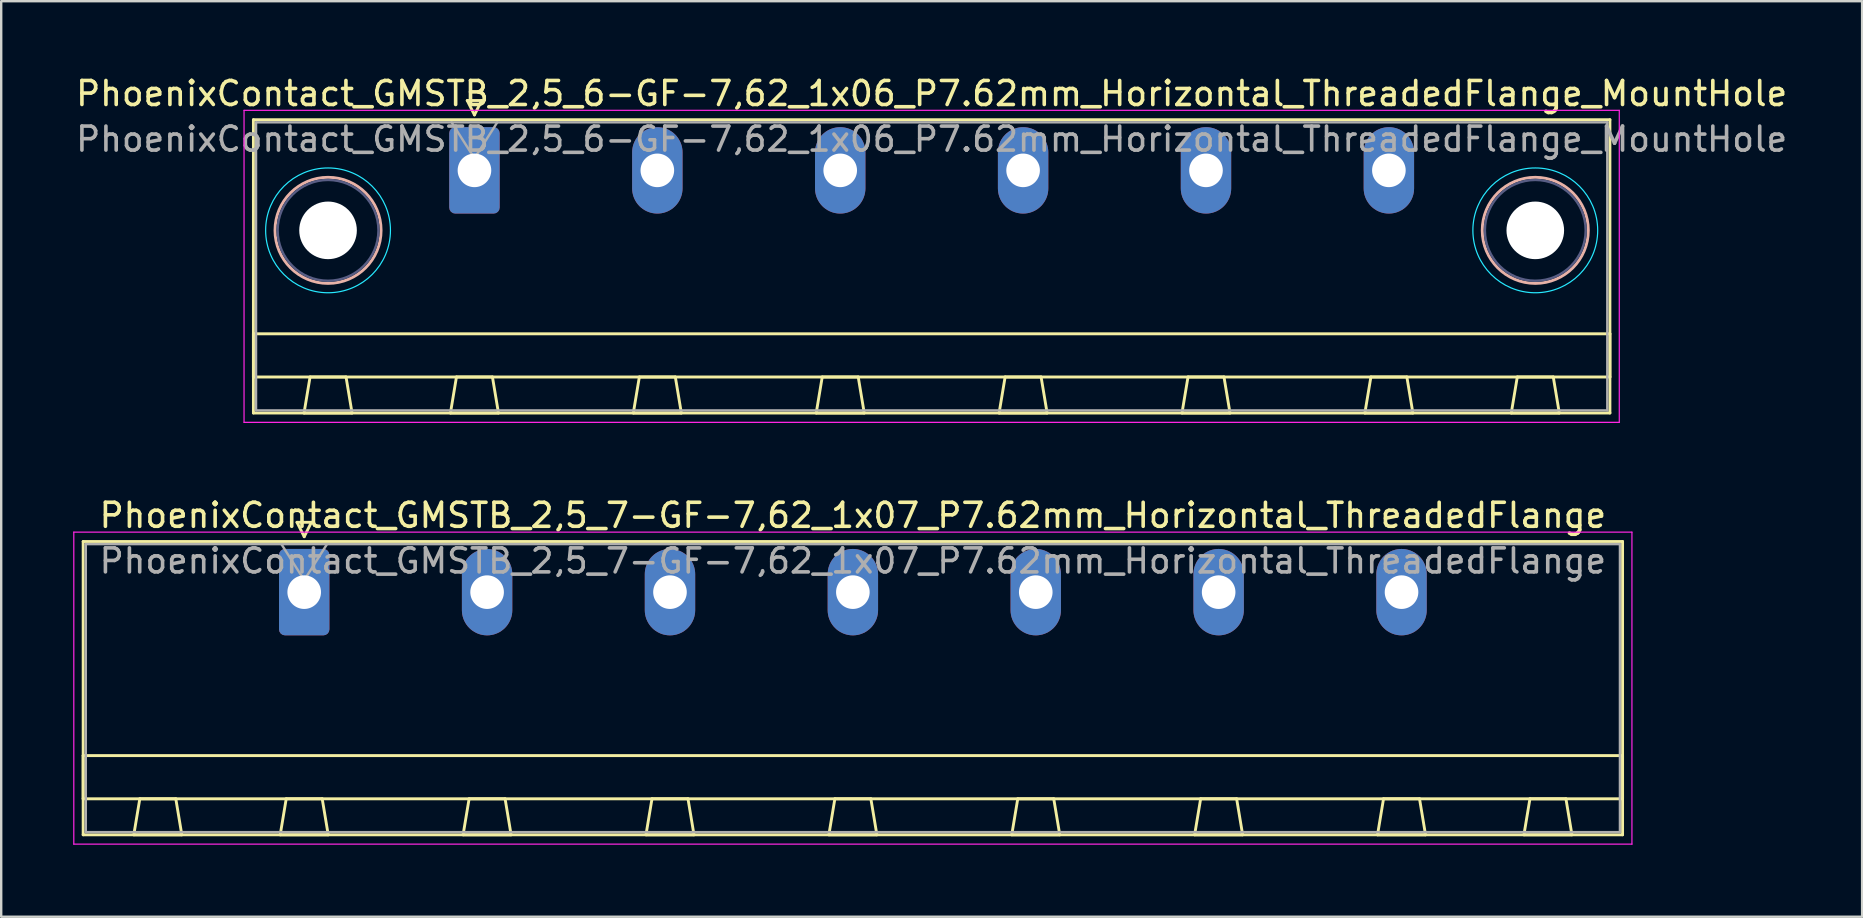
<source format=kicad_pcb>
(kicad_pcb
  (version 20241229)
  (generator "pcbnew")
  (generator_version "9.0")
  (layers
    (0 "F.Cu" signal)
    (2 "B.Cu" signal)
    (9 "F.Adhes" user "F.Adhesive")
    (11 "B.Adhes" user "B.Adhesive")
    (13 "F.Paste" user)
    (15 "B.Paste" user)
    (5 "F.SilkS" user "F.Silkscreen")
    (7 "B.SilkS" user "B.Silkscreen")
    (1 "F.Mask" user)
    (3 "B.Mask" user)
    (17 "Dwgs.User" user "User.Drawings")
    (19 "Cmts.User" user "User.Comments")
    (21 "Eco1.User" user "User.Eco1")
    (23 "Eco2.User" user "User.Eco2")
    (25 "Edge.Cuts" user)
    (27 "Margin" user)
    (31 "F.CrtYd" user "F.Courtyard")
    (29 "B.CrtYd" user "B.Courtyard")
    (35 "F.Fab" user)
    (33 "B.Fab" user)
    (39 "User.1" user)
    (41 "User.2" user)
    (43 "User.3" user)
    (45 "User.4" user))
  (footprint "PhoenixContact_GMSTB_2,5_7-GF-7,62_1x07_P7.62mm_Horizontal_ThreadedFlange"
    (layer "F.Cu")
    (at 9.625 21.622)
    (property "Reference" "PhoenixContact_GMSTB_2,5_7-GF-7,62_1x07_P7.62mm_Horizontal_ThreadedFlange" (at 22.86 -3.2 0) (layer "F.SilkS") (effects (font (size 1 1) (thickness 0.15))))
    (attr through_hole)
    (fp_line (start -9.21 -2.11) (end -9.21 10.11) (stroke (width 0.12) (type solid)) (layer "F.SilkS"))
    (fp_line (start -9.21 6.81) (end 54.93 6.81) (stroke (width 0.12) (type solid)) (layer "F.SilkS"))
    (fp_line (start -9.21 8.61) (end -9.21 6.81) (stroke (width 0.12) (type solid)) (layer "F.SilkS"))
    (fp_line (start -9.21 10.11) (end 54.93 10.11) (stroke (width 0.12) (type solid)) (layer "F.SilkS"))
    (fp_line (start -7.1 10.11) (end -5.1 10.11) (stroke (width 0.12) (type solid)) (layer "F.SilkS"))
    (fp_line (start -6.85 8.61) (end -7.1 10.11) (stroke (width 0.12) (type solid)) (layer "F.SilkS"))
    (fp_line (start -5.35 8.61) (end -6.85 8.61) (stroke (width 0.12) (type solid)) (layer "F.SilkS"))
    (fp_line (start -5.1 10.11) (end -5.35 8.61) (stroke (width 0.12) (type solid)) (layer "F.SilkS"))
    (fp_line (start -1 10.11) (end 1 10.11) (stroke (width 0.12) (type solid)) (layer "F.SilkS"))
    (fp_line (start -0.75 8.61) (end -1 10.11) (stroke (width 0.12) (type solid)) (layer "F.SilkS"))
    (fp_line (start -0.3 -2.91) (end 0.3 -2.91) (stroke (width 0.12) (type solid)) (layer "F.SilkS"))
    (fp_line (start 0 -2.31) (end -0.3 -2.91) (stroke (width 0.12) (type solid)) (layer "F.SilkS"))
    (fp_line (start 0.3 -2.91) (end 0 -2.31) (stroke (width 0.12) (type solid)) (layer "F.SilkS"))
    (fp_line (start 0.75 8.61) (end -0.75 8.61) (stroke (width 0.12) (type solid)) (layer "F.SilkS"))
    (fp_line (start 1 10.11) (end 0.75 8.61) (stroke (width 0.12) (type solid)) (layer "F.SilkS"))
    (fp_line (start 6.62 10.11) (end 8.62 10.11) (stroke (width 0.12) (type solid)) (layer "F.SilkS"))
    (fp_line (start 6.87 8.61) (end 6.62 10.11) (stroke (width 0.12) (type solid)) (layer "F.SilkS"))
    (fp_line (start 8.37 8.61) (end 6.87 8.61) (stroke (width 0.12) (type solid)) (layer "F.SilkS"))
    (fp_line (start 8.62 10.11) (end 8.37 8.61) (stroke (width 0.12) (type solid)) (layer "F.SilkS"))
    (fp_line (start 14.24 10.11) (end 16.24 10.11) (stroke (width 0.12) (type solid)) (layer "F.SilkS"))
    (fp_line (start 14.49 8.61) (end 14.24 10.11) (stroke (width 0.12) (type solid)) (layer "F.SilkS"))
    (fp_line (start 15.99 8.61) (end 14.49 8.61) (stroke (width 0.12) (type solid)) (layer "F.SilkS"))
    (fp_line (start 16.24 10.11) (end 15.99 8.61) (stroke (width 0.12) (type solid)) (layer "F.SilkS"))
    (fp_line (start 21.86 10.11) (end 23.86 10.11) (stroke (width 0.12) (type solid)) (layer "F.SilkS"))
    (fp_line (start 22.11 8.61) (end 21.86 10.11) (stroke (width 0.12) (type solid)) (layer "F.SilkS"))
    (fp_line (start 23.61 8.61) (end 22.11 8.61) (stroke (width 0.12) (type solid)) (layer "F.SilkS"))
    (fp_line (start 23.86 10.11) (end 23.61 8.61) (stroke (width 0.12) (type solid)) (layer "F.SilkS"))
    (fp_line (start 29.48 10.11) (end 31.48 10.11) (stroke (width 0.12) (type solid)) (layer "F.SilkS"))
    (fp_line (start 29.73 8.61) (end 29.48 10.11) (stroke (width 0.12) (type solid)) (layer "F.SilkS"))
    (fp_line (start 31.23 8.61) (end 29.73 8.61) (stroke (width 0.12) (type solid)) (layer "F.SilkS"))
    (fp_line (start 31.48 10.11) (end 31.23 8.61) (stroke (width 0.12) (type solid)) (layer "F.SilkS"))
    (fp_line (start 37.1 10.11) (end 39.1 10.11) (stroke (width 0.12) (type solid)) (layer "F.SilkS"))
    (fp_line (start 37.35 8.61) (end 37.1 10.11) (stroke (width 0.12) (type solid)) (layer "F.SilkS"))
    (fp_line (start 38.85 8.61) (end 37.35 8.61) (stroke (width 0.12) (type solid)) (layer "F.SilkS"))
    (fp_line (start 39.1 10.11) (end 38.85 8.61) (stroke (width 0.12) (type solid)) (layer "F.SilkS"))
    (fp_line (start 44.72 10.11) (end 46.72 10.11) (stroke (width 0.12) (type solid)) (layer "F.SilkS"))
    (fp_line (start 44.97 8.61) (end 44.72 10.11) (stroke (width 0.12) (type solid)) (layer "F.SilkS"))
    (fp_line (start 46.47 8.61) (end 44.97 8.61) (stroke (width 0.12) (type solid)) (layer "F.SilkS"))
    (fp_line (start 46.72 10.11) (end 46.47 8.61) (stroke (width 0.12) (type solid)) (layer "F.SilkS"))
    (fp_line (start 50.82 10.11) (end 52.82 10.11) (stroke (width 0.12) (type solid)) (layer "F.SilkS"))
    (fp_line (start 51.07 8.61) (end 50.82 10.11) (stroke (width 0.12) (type solid)) (layer "F.SilkS"))
    (fp_line (start 52.57 8.61) (end 51.07 8.61) (stroke (width 0.12) (type solid)) (layer "F.SilkS"))
    (fp_line (start 52.82 10.11) (end 52.57 8.61) (stroke (width 0.12) (type solid)) (layer "F.SilkS"))
    (fp_line (start 54.93 -2.11) (end -9.21 -2.11) (stroke (width 0.12) (type solid)) (layer "F.SilkS"))
    (fp_line (start 54.93 6.81) (end 54.93 8.61) (stroke (width 0.12) (type solid)) (layer "F.SilkS"))
    (fp_line (start 54.93 8.61) (end -9.21 8.61) (stroke (width 0.12) (type solid)) (layer "F.SilkS"))
    (fp_line (start 54.93 10.11) (end 54.93 -2.11) (stroke (width 0.12) (type solid)) (layer "F.SilkS"))
    (fp_line (start -9.6 -2.5) (end -9.6 10.5) (stroke (width 0.05) (type solid)) (layer "F.CrtYd"))
    (fp_line (start -9.6 10.5) (end 55.32 10.5) (stroke (width 0.05) (type solid)) (layer "F.CrtYd"))
    (fp_line (start 55.32 -2.5) (end -9.6 -2.5) (stroke (width 0.05) (type solid)) (layer "F.CrtYd"))
    (fp_line (start 55.32 10.5) (end 55.32 -2.5) (stroke (width 0.05) (type solid)) (layer "F.CrtYd"))
    (fp_line (start -9.1 -2) (end -9.1 10) (stroke (width 0.1) (type solid)) (layer "F.Fab"))
    (fp_line (start -9.1 10) (end 54.82 10) (stroke (width 0.1) (type solid)) (layer "F.Fab"))
    (fp_line (start 0 -0.5) (end -0.95 -2) (stroke (width 0.1) (type solid)) (layer "F.Fab"))
    (fp_line (start 0.95 -2) (end 0 -0.5) (stroke (width 0.1) (type solid)) (layer "F.Fab"))
    (fp_line (start 54.82 -2) (end -9.1 -2) (stroke (width 0.1) (type solid)) (layer "F.Fab"))
    (fp_line (start 54.82 10) (end 54.82 -2) (stroke (width 0.1) (type solid)) (layer "F.Fab"))
    (fp_text user "${REFERENCE}" (at 22.86 -1.3 0) (layer "F.Fab") (effects (font (size 1 1) (thickness 0.15))))
    (pad "1" thru_hole roundrect (at 0 0) (size 2.1 3.6) (drill 1.4) (layers "*.Cu" "*.Mask") (roundrect_rratio 0.119))
    (pad "2" thru_hole oval (at 7.62 0) (size 2.1 3.6) (drill 1.4) (layers "*.Cu" "*.Mask"))
    (pad "3" thru_hole oval (at 15.24 0) (size 2.1 3.6) (drill 1.4) (layers "*.Cu" "*.Mask"))
    (pad "4" thru_hole oval (at 22.86 0) (size 2.1 3.6) (drill 1.4) (layers "*.Cu" "*.Mask"))
    (pad "5" thru_hole oval (at 30.48 0) (size 2.1 3.6) (drill 1.4) (layers "*.Cu" "*.Mask"))
    (pad "6" thru_hole oval (at 38.1 0) (size 2.1 3.6) (drill 1.4) (layers "*.Cu" "*.Mask"))
    (pad "7" thru_hole oval (at 45.72 0) (size 2.1 3.6) (drill 1.4) (layers "*.Cu" "*.Mask")))
  (footprint "PhoenixContact_GMSTB_2,5_6-GF-7,62_1x06_P7.62mm_Horizontal_ThreadedFlange_MountHole"
    (layer "F.Cu")
    (at 16.718 4.048)
    (property "Reference" "PhoenixContact_GMSTB_2,5_6-GF-7,62_1x06_P7.62mm_Horizontal_ThreadedFlange_MountHole" (at 19.05 -3.2 0) (layer "F.SilkS") (effects (font (size 1 1) (thickness 0.15))))
    (attr through_hole)
    (fp_line (start -9.21 -2.11) (end -9.21 10.11) (stroke (width 0.12) (type solid)) (layer "F.SilkS"))
    (fp_line (start -9.21 6.81) (end 47.31 6.81) (stroke (width 0.12) (type solid)) (layer "F.SilkS"))
    (fp_line (start -9.21 8.61) (end -9.21 6.81) (stroke (width 0.12) (type solid)) (layer "F.SilkS"))
    (fp_line (start -9.21 10.11) (end 47.31 10.11) (stroke (width 0.12) (type solid)) (layer "F.SilkS"))
    (fp_line (start -7.1 10.11) (end -5.1 10.11) (stroke (width 0.12) (type solid)) (layer "F.SilkS"))
    (fp_line (start -6.85 8.61) (end -7.1 10.11) (stroke (width 0.12) (type solid)) (layer "F.SilkS"))
    (fp_line (start -5.35 8.61) (end -6.85 8.61) (stroke (width 0.12) (type solid)) (layer "F.SilkS"))
    (fp_line (start -5.1 10.11) (end -5.35 8.61) (stroke (width 0.12) (type solid)) (layer "F.SilkS"))
    (fp_line (start -1 10.11) (end 1 10.11) (stroke (width 0.12) (type solid)) (layer "F.SilkS"))
    (fp_line (start -0.75 8.61) (end -1 10.11) (stroke (width 0.12) (type solid)) (layer "F.SilkS"))
    (fp_line (start -0.3 -2.91) (end 0.3 -2.91) (stroke (width 0.12) (type solid)) (layer "F.SilkS"))
    (fp_line (start 0 -2.31) (end -0.3 -2.91) (stroke (width 0.12) (type solid)) (layer "F.SilkS"))
    (fp_line (start 0.3 -2.91) (end 0 -2.31) (stroke (width 0.12) (type solid)) (layer "F.SilkS"))
    (fp_line (start 0.75 8.61) (end -0.75 8.61) (stroke (width 0.12) (type solid)) (layer "F.SilkS"))
    (fp_line (start 1 10.11) (end 0.75 8.61) (stroke (width 0.12) (type solid)) (layer "F.SilkS"))
    (fp_line (start 6.62 10.11) (end 8.62 10.11) (stroke (width 0.12) (type solid)) (layer "F.SilkS"))
    (fp_line (start 6.87 8.61) (end 6.62 10.11) (stroke (width 0.12) (type solid)) (layer "F.SilkS"))
    (fp_line (start 8.37 8.61) (end 6.87 8.61) (stroke (width 0.12) (type solid)) (layer "F.SilkS"))
    (fp_line (start 8.62 10.11) (end 8.37 8.61) (stroke (width 0.12) (type solid)) (layer "F.SilkS"))
    (fp_line (start 14.24 10.11) (end 16.24 10.11) (stroke (width 0.12) (type solid)) (layer "F.SilkS"))
    (fp_line (start 14.49 8.61) (end 14.24 10.11) (stroke (width 0.12) (type solid)) (layer "F.SilkS"))
    (fp_line (start 15.99 8.61) (end 14.49 8.61) (stroke (width 0.12) (type solid)) (layer "F.SilkS"))
    (fp_line (start 16.24 10.11) (end 15.99 8.61) (stroke (width 0.12) (type solid)) (layer "F.SilkS"))
    (fp_line (start 21.86 10.11) (end 23.86 10.11) (stroke (width 0.12) (type solid)) (layer "F.SilkS"))
    (fp_line (start 22.11 8.61) (end 21.86 10.11) (stroke (width 0.12) (type solid)) (layer "F.SilkS"))
    (fp_line (start 23.61 8.61) (end 22.11 8.61) (stroke (width 0.12) (type solid)) (layer "F.SilkS"))
    (fp_line (start 23.86 10.11) (end 23.61 8.61) (stroke (width 0.12) (type solid)) (layer "F.SilkS"))
    (fp_line (start 29.48 10.11) (end 31.48 10.11) (stroke (width 0.12) (type solid)) (layer "F.SilkS"))
    (fp_line (start 29.73 8.61) (end 29.48 10.11) (stroke (width 0.12) (type solid)) (layer "F.SilkS"))
    (fp_line (start 31.23 8.61) (end 29.73 8.61) (stroke (width 0.12) (type solid)) (layer "F.SilkS"))
    (fp_line (start 31.48 10.11) (end 31.23 8.61) (stroke (width 0.12) (type solid)) (layer "F.SilkS"))
    (fp_line (start 37.1 10.11) (end 39.1 10.11) (stroke (width 0.12) (type solid)) (layer "F.SilkS"))
    (fp_line (start 37.35 8.61) (end 37.1 10.11) (stroke (width 0.12) (type solid)) (layer "F.SilkS"))
    (fp_line (start 38.85 8.61) (end 37.35 8.61) (stroke (width 0.12) (type solid)) (layer "F.SilkS"))
    (fp_line (start 39.1 10.11) (end 38.85 8.61) (stroke (width 0.12) (type solid)) (layer "F.SilkS"))
    (fp_line (start 43.2 10.11) (end 45.2 10.11) (stroke (width 0.12) (type solid)) (layer "F.SilkS"))
    (fp_line (start 43.45 8.61) (end 43.2 10.11) (stroke (width 0.12) (type solid)) (layer "F.SilkS"))
    (fp_line (start 44.95 8.61) (end 43.45 8.61) (stroke (width 0.12) (type solid)) (layer "F.SilkS"))
    (fp_line (start 45.2 10.11) (end 44.95 8.61) (stroke (width 0.12) (type solid)) (layer "F.SilkS"))
    (fp_line (start 47.31 -2.11) (end -9.21 -2.11) (stroke (width 0.12) (type solid)) (layer "F.SilkS"))
    (fp_line (start 47.31 6.81) (end 47.31 8.61) (stroke (width 0.12) (type solid)) (layer "F.SilkS"))
    (fp_line (start 47.31 8.61) (end -9.21 8.61) (stroke (width 0.12) (type solid)) (layer "F.SilkS"))
    (fp_line (start 47.31 10.11) (end 47.31 -2.11) (stroke (width 0.12) (type solid)) (layer "F.SilkS"))
    (fp_circle (center -6.1 2.5) (end -3.89 2.5) (stroke (width 0.12) (type solid)) (fill no) (layer "B.SilkS"))
    (fp_circle (center 44.2 2.5) (end 46.41 2.5) (stroke (width 0.12) (type solid)) (fill no) (layer "B.SilkS"))
    (fp_circle (center -6.1 2.5) (end -3.5 2.5) (stroke (width 0.05) (type solid)) (fill no) (layer "B.CrtYd"))
    (fp_circle (center 44.2 2.5) (end 46.8 2.5) (stroke (width 0.05) (type solid)) (fill no) (layer "B.CrtYd"))
    (fp_line (start -9.6 -2.5) (end -9.6 10.5) (stroke (width 0.05) (type solid)) (layer "F.CrtYd"))
    (fp_line (start -9.6 10.5) (end 47.7 10.5) (stroke (width 0.05) (type solid)) (layer "F.CrtYd"))
    (fp_line (start 47.7 -2.5) (end -9.6 -2.5) (stroke (width 0.05) (type solid)) (layer "F.CrtYd"))
    (fp_line (start 47.7 10.5) (end 47.7 -2.5) (stroke (width 0.05) (type solid)) (layer "F.CrtYd"))
    (fp_circle (center -6.1 2.5) (end -4 2.5) (stroke (width 0.1) (type solid)) (fill no) (layer "B.Fab"))
    (fp_circle (center 44.2 2.5) (end 46.3 2.5) (stroke (width 0.1) (type solid)) (fill no) (layer "B.Fab"))
    (fp_line (start -9.1 -2) (end -9.1 10) (stroke (width 0.1) (type solid)) (layer "F.Fab"))
    (fp_line (start -9.1 10) (end 47.2 10) (stroke (width 0.1) (type solid)) (layer "F.Fab"))
    (fp_line (start 0 -0.5) (end -0.95 -2) (stroke (width 0.1) (type solid)) (layer "F.Fab"))
    (fp_line (start 0.95 -2) (end 0 -0.5) (stroke (width 0.1) (type solid)) (layer "F.Fab"))
    (fp_line (start 47.2 -2) (end -9.1 -2) (stroke (width 0.1) (type solid)) (layer "F.Fab"))
    (fp_line (start 47.2 10) (end 47.2 -2) (stroke (width 0.1) (type solid)) (layer "F.Fab"))
    (fp_text user "${REFERENCE}" (at 19.05 -1.3 0) (layer "F.Fab") (effects (font (size 1 1) (thickness 0.15))))
    (pad "" np_thru_hole circle (at -6.1 2.5) (size 2.4 2.4) (drill 2.4) (layers "*.Cu" "*.Mask"))
    (pad "" np_thru_hole circle (at 44.2 2.5) (size 2.4 2.4) (drill 2.4) (layers "*.Cu" "*.Mask"))
    (pad "1" thru_hole roundrect (at 0 0) (size 2.1 3.6) (drill 1.4) (layers "*.Cu" "*.Mask") (roundrect_rratio 0.119))
    (pad "2" thru_hole oval (at 7.62 0) (size 2.1 3.6) (drill 1.4) (layers "*.Cu" "*.Mask"))
    (pad "3" thru_hole oval (at 15.24 0) (size 2.1 3.6) (drill 1.4) (layers "*.Cu" "*.Mask"))
    (pad "4" thru_hole oval (at 22.86 0) (size 2.1 3.6) (drill 1.4) (layers "*.Cu" "*.Mask"))
    (pad "5" thru_hole oval (at 30.48 0) (size 2.1 3.6) (drill 1.4) (layers "*.Cu" "*.Mask"))
    (pad "6" thru_hole oval (at 38.1 0) (size 2.1 3.6) (drill 1.4) (layers "*.Cu" "*.Mask")))
  (gr_rect
    (start -3 -3)
    (end 74.536 35.147)
    (stroke (width 0.1) (type default))
    (fill no)
    (layer "Edge.Cuts")))
</source>
